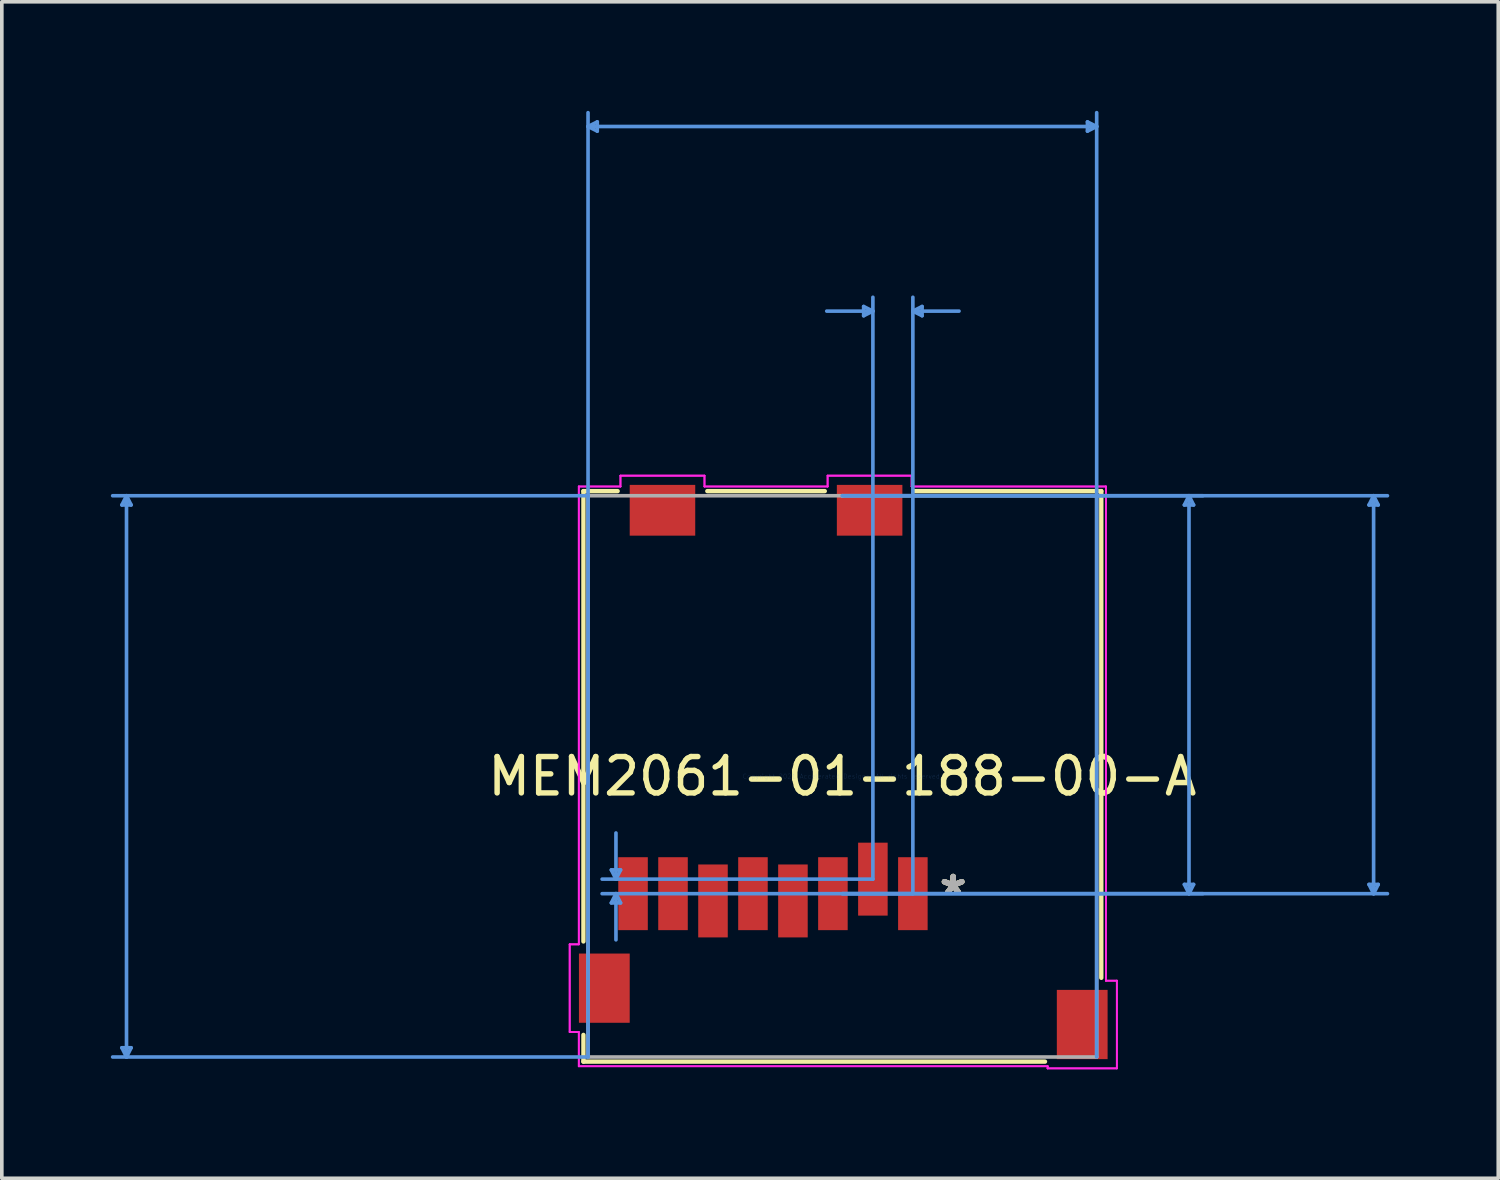
<source format=kicad_pcb>
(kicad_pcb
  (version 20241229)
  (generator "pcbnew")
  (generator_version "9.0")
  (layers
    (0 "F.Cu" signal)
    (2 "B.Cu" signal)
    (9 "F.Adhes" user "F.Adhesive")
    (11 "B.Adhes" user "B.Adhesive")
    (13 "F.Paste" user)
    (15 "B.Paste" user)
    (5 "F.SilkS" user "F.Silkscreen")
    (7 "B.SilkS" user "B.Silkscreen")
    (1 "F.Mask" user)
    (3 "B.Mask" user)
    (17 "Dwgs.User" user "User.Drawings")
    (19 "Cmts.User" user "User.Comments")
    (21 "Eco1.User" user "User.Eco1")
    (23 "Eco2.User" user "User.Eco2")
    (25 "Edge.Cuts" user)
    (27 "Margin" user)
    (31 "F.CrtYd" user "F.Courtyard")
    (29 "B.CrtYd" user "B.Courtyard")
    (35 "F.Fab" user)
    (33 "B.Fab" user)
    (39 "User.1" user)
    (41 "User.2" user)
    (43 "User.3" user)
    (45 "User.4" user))
  (footprint "MEM2061-01-188-00-A"
    (layer "F.Cu")
    (at 20.129 18.313)
    (property "Reference" "MEM2061-01-188-00-A" (at 0 0 0) (layer "F.SilkS") (effects (font (size 1 1) (thickness 0.15))))
    (attr through_hole)
    (fp_line (start -7.125 -7.849) (end -7.125 4.543) (stroke (width 0.12) (type solid)) (layer "F.SilkS"))
    (fp_line (start -7.125 7.114) (end -7.125 7.849) (stroke (width 0.12) (type solid)) (layer "F.SilkS"))
    (fp_line (start -7.125 7.849) (end 5.576 7.849) (stroke (width 0.12) (type solid)) (layer "F.SilkS"))
    (fp_line (start -6.184 -7.849) (end -7.125 -7.849) (stroke (width 0.12) (type solid)) (layer "F.SilkS"))
    (fp_line (start -0.484 -7.849) (end -3.716 -7.849) (stroke (width 0.12) (type solid)) (layer "F.SilkS"))
    (fp_line (start 7.125 -7.849) (end 1.984 -7.849) (stroke (width 0.12) (type solid)) (layer "F.SilkS"))
    (fp_line (start 7.125 5.543) (end 7.125 -7.849) (stroke (width 0.12) (type solid)) (layer "F.SilkS"))
    (fp_line (start -19.825 -7.468) (end -19.571 -7.468) (stroke (width 0.1) (type solid)) (layer "Cmts.User"))
    (fp_line (start -19.825 7.468) (end -19.571 7.468) (stroke (width 0.1) (type solid)) (layer "Cmts.User"))
    (fp_line (start -19.698 -7.722) (end -19.825 -7.468) (stroke (width 0.1) (type solid)) (layer "Cmts.User"))
    (fp_line (start -19.698 -7.722) (end -19.698 7.722) (stroke (width 0.1) (type solid)) (layer "Cmts.User"))
    (fp_line (start -19.698 -7.722) (end -19.571 -7.468) (stroke (width 0.1) (type solid)) (layer "Cmts.User"))
    (fp_line (start -19.698 7.722) (end -19.825 7.468) (stroke (width 0.1) (type solid)) (layer "Cmts.User"))
    (fp_line (start -19.698 7.722) (end -19.571 7.468) (stroke (width 0.1) (type solid)) (layer "Cmts.User"))
    (fp_line (start -6.998 -17.882) (end -6.744 -18.009) (stroke (width 0.1) (type solid)) (layer "Cmts.User"))
    (fp_line (start -6.998 -17.882) (end -6.744 -17.755) (stroke (width 0.1) (type solid)) (layer "Cmts.User"))
    (fp_line (start -6.998 -17.882) (end 6.998 -17.882) (stroke (width 0.1) (type solid)) (layer "Cmts.User"))
    (fp_line (start -6.998 -7.722) (end -20.079 -7.722) (stroke (width 0.1) (type solid)) (layer "Cmts.User"))
    (fp_line (start -6.998 7.722) (end -20.079 7.722) (stroke (width 0.1) (type solid)) (layer "Cmts.User"))
    (fp_line (start -6.998 7.722) (end -6.998 -18.263) (stroke (width 0.1) (type solid)) (layer "Cmts.User"))
    (fp_line (start -6.744 -18.009) (end -6.744 -17.755) (stroke (width 0.1) (type solid)) (layer "Cmts.User"))
    (fp_line (start -6.357 2.574) (end -6.103 2.574) (stroke (width 0.1) (type solid)) (layer "Cmts.User"))
    (fp_line (start -6.357 3.482) (end -6.103 3.482) (stroke (width 0.1) (type solid)) (layer "Cmts.User"))
    (fp_line (start -6.23 2.828) (end -6.357 2.574) (stroke (width 0.1) (type solid)) (layer "Cmts.User"))
    (fp_line (start -6.23 2.828) (end -6.23 1.558) (stroke (width 0.1) (type solid)) (layer "Cmts.User"))
    (fp_line (start -6.23 2.828) (end -6.103 2.574) (stroke (width 0.1) (type solid)) (layer "Cmts.User"))
    (fp_line (start -6.23 3.228) (end -6.357 3.482) (stroke (width 0.1) (type solid)) (layer "Cmts.User"))
    (fp_line (start -6.23 3.228) (end -6.23 4.498) (stroke (width 0.1) (type solid)) (layer "Cmts.User"))
    (fp_line (start -6.23 3.228) (end -6.103 3.482) (stroke (width 0.1) (type solid)) (layer "Cmts.User"))
    (fp_line (start 0 -7.722) (end 9.919 -7.722) (stroke (width 0.1) (type solid)) (layer "Cmts.User"))
    (fp_line (start 0 -7.722) (end 14.999 -7.722) (stroke (width 0.1) (type solid)) (layer "Cmts.User"))
    (fp_line (start 0 3.228) (end 9.919 3.228) (stroke (width 0.1) (type solid)) (layer "Cmts.User"))
    (fp_line (start 0 3.228) (end 14.999 3.228) (stroke (width 0.1) (type solid)) (layer "Cmts.User"))
    (fp_line (start 0.586 -12.929) (end 0.586 -12.675) (stroke (width 0.1) (type solid)) (layer "Cmts.User"))
    (fp_line (start 0.84 -12.802) (end -0.43 -12.802) (stroke (width 0.1) (type solid)) (layer "Cmts.User"))
    (fp_line (start 0.84 -12.802) (end 0.586 -12.929) (stroke (width 0.1) (type solid)) (layer "Cmts.User"))
    (fp_line (start 0.84 -12.802) (end 0.586 -12.675) (stroke (width 0.1) (type solid)) (layer "Cmts.User"))
    (fp_line (start 0.84 2.828) (end -6.611 2.828) (stroke (width 0.1) (type solid)) (layer "Cmts.User"))
    (fp_line (start 0.84 2.828) (end 0.84 -13.183) (stroke (width 0.1) (type solid)) (layer "Cmts.User"))
    (fp_line (start 1.94 -12.802) (end 2.194 -12.929) (stroke (width 0.1) (type solid)) (layer "Cmts.User"))
    (fp_line (start 1.94 -12.802) (end 2.194 -12.675) (stroke (width 0.1) (type solid)) (layer "Cmts.User"))
    (fp_line (start 1.94 -12.802) (end 3.21 -12.802) (stroke (width 0.1) (type solid)) (layer "Cmts.User"))
    (fp_line (start 1.94 3.228) (end -6.611 3.228) (stroke (width 0.1) (type solid)) (layer "Cmts.User"))
    (fp_line (start 1.94 3.228) (end 1.94 -13.183) (stroke (width 0.1) (type solid)) (layer "Cmts.User"))
    (fp_line (start 2.194 -12.929) (end 2.194 -12.675) (stroke (width 0.1) (type solid)) (layer "Cmts.User"))
    (fp_line (start 6.744 -18.009) (end 6.744 -17.755) (stroke (width 0.1) (type solid)) (layer "Cmts.User"))
    (fp_line (start 6.998 -17.882) (end 6.744 -18.009) (stroke (width 0.1) (type solid)) (layer "Cmts.User"))
    (fp_line (start 6.998 -17.882) (end 6.744 -17.755) (stroke (width 0.1) (type solid)) (layer "Cmts.User"))
    (fp_line (start 6.998 7.722) (end 6.998 -18.263) (stroke (width 0.1) (type solid)) (layer "Cmts.User"))
    (fp_line (start 9.411 -7.468) (end 9.665 -7.468) (stroke (width 0.1) (type solid)) (layer "Cmts.User"))
    (fp_line (start 9.411 2.974) (end 9.665 2.974) (stroke (width 0.1) (type solid)) (layer "Cmts.User"))
    (fp_line (start 9.538 -7.722) (end 9.411 -7.468) (stroke (width 0.1) (type solid)) (layer "Cmts.User"))
    (fp_line (start 9.538 -7.722) (end 9.538 3.228) (stroke (width 0.1) (type solid)) (layer "Cmts.User"))
    (fp_line (start 9.538 -7.722) (end 9.665 -7.468) (stroke (width 0.1) (type solid)) (layer "Cmts.User"))
    (fp_line (start 9.538 3.228) (end 9.411 2.974) (stroke (width 0.1) (type solid)) (layer "Cmts.User"))
    (fp_line (start 9.538 3.228) (end 9.665 2.974) (stroke (width 0.1) (type solid)) (layer "Cmts.User"))
    (fp_line (start 14.491 -7.468) (end 14.745 -7.468) (stroke (width 0.1) (type solid)) (layer "Cmts.User"))
    (fp_line (start 14.491 2.974) (end 14.745 2.974) (stroke (width 0.1) (type solid)) (layer "Cmts.User"))
    (fp_line (start 14.618 -7.722) (end 14.491 -7.468) (stroke (width 0.1) (type solid)) (layer "Cmts.User"))
    (fp_line (start 14.618 -7.722) (end 14.618 3.228) (stroke (width 0.1) (type solid)) (layer "Cmts.User"))
    (fp_line (start 14.618 -7.722) (end 14.745 -7.468) (stroke (width 0.1) (type solid)) (layer "Cmts.User"))
    (fp_line (start 14.618 3.228) (end 14.491 2.974) (stroke (width 0.1) (type solid)) (layer "Cmts.User"))
    (fp_line (start 14.618 3.228) (end 14.745 2.974) (stroke (width 0.1) (type solid)) (layer "Cmts.User"))
    (fp_line (start -7.503 4.622) (end -7.503 7.035) (stroke (width 0.05) (type solid)) (layer "F.CrtYd"))
    (fp_line (start -7.503 4.622) (end -7.503 7.035) (stroke (width 0.05) (type solid)) (layer "F.CrtYd"))
    (fp_line (start -7.503 7.035) (end -7.252 7.035) (stroke (width 0.05) (type solid)) (layer "F.CrtYd"))
    (fp_line (start -7.503 7.035) (end -7.252 7.035) (stroke (width 0.05) (type solid)) (layer "F.CrtYd"))
    (fp_line (start -7.252 -7.976) (end -7.252 4.622) (stroke (width 0.05) (type solid)) (layer "F.CrtYd"))
    (fp_line (start -7.252 -7.976) (end -7.252 4.622) (stroke (width 0.05) (type solid)) (layer "F.CrtYd"))
    (fp_line (start -7.252 4.622) (end -7.503 4.622) (stroke (width 0.05) (type solid)) (layer "F.CrtYd"))
    (fp_line (start -7.252 4.622) (end -7.503 4.622) (stroke (width 0.05) (type solid)) (layer "F.CrtYd"))
    (fp_line (start -7.252 7.035) (end -7.252 7.976) (stroke (width 0.05) (type solid)) (layer "F.CrtYd"))
    (fp_line (start -7.252 7.035) (end -7.252 7.976) (stroke (width 0.05) (type solid)) (layer "F.CrtYd"))
    (fp_line (start -7.252 7.976) (end 5.648 7.976) (stroke (width 0.05) (type solid)) (layer "F.CrtYd"))
    (fp_line (start -7.252 7.976) (end 5.648 7.976) (stroke (width 0.05) (type solid)) (layer "F.CrtYd"))
    (fp_line (start -6.106 -8.274) (end -6.106 -7.976) (stroke (width 0.05) (type solid)) (layer "F.CrtYd"))
    (fp_line (start -6.106 -8.274) (end -6.106 -7.976) (stroke (width 0.05) (type solid)) (layer "F.CrtYd"))
    (fp_line (start -6.106 -7.976) (end -7.252 -7.976) (stroke (width 0.05) (type solid)) (layer "F.CrtYd"))
    (fp_line (start -6.106 -7.976) (end -7.252 -7.976) (stroke (width 0.05) (type solid)) (layer "F.CrtYd"))
    (fp_line (start -3.794 -8.274) (end -6.106 -8.274) (stroke (width 0.05) (type solid)) (layer "F.CrtYd"))
    (fp_line (start -3.794 -8.274) (end -6.106 -8.274) (stroke (width 0.05) (type solid)) (layer "F.CrtYd"))
    (fp_line (start -3.794 -7.976) (end -3.794 -8.274) (stroke (width 0.05) (type solid)) (layer "F.CrtYd"))
    (fp_line (start -3.794 -7.976) (end -3.794 -8.274) (stroke (width 0.05) (type solid)) (layer "F.CrtYd"))
    (fp_line (start -0.406 -8.274) (end -0.406 -7.976) (stroke (width 0.05) (type solid)) (layer "F.CrtYd"))
    (fp_line (start -0.406 -8.274) (end -0.406 -7.976) (stroke (width 0.05) (type solid)) (layer "F.CrtYd"))
    (fp_line (start -0.406 -7.976) (end -3.794 -7.976) (stroke (width 0.05) (type solid)) (layer "F.CrtYd"))
    (fp_line (start -0.406 -7.976) (end -3.794 -7.976) (stroke (width 0.05) (type solid)) (layer "F.CrtYd"))
    (fp_line (start 1.906 -8.274) (end -0.406 -8.274) (stroke (width 0.05) (type solid)) (layer "F.CrtYd"))
    (fp_line (start 1.906 -8.274) (end -0.406 -8.274) (stroke (width 0.05) (type solid)) (layer "F.CrtYd"))
    (fp_line (start 1.906 -7.976) (end 1.906 -8.274) (stroke (width 0.05) (type solid)) (layer "F.CrtYd"))
    (fp_line (start 1.906 -7.976) (end 1.906 -8.274) (stroke (width 0.05) (type solid)) (layer "F.CrtYd"))
    (fp_line (start 5.648 7.976) (end 5.648 8.035) (stroke (width 0.05) (type solid)) (layer "F.CrtYd"))
    (fp_line (start 5.648 7.976) (end 5.648 8.035) (stroke (width 0.05) (type solid)) (layer "F.CrtYd"))
    (fp_line (start 5.648 8.035) (end 7.553 8.035) (stroke (width 0.05) (type solid)) (layer "F.CrtYd"))
    (fp_line (start 5.648 8.035) (end 7.553 8.035) (stroke (width 0.05) (type solid)) (layer "F.CrtYd"))
    (fp_line (start 7.252 -7.976) (end 1.906 -7.976) (stroke (width 0.05) (type solid)) (layer "F.CrtYd"))
    (fp_line (start 7.252 -7.976) (end 1.906 -7.976) (stroke (width 0.05) (type solid)) (layer "F.CrtYd"))
    (fp_line (start 7.252 5.622) (end 7.252 -7.976) (stroke (width 0.05) (type solid)) (layer "F.CrtYd"))
    (fp_line (start 7.252 5.622) (end 7.252 -7.976) (stroke (width 0.05) (type solid)) (layer "F.CrtYd"))
    (fp_line (start 7.553 5.622) (end 7.252 5.622) (stroke (width 0.05) (type solid)) (layer "F.CrtYd"))
    (fp_line (start 7.553 5.622) (end 7.252 5.622) (stroke (width 0.05) (type solid)) (layer "F.CrtYd"))
    (fp_line (start 7.553 8.035) (end 7.553 5.622) (stroke (width 0.05) (type solid)) (layer "F.CrtYd"))
    (fp_line (start 7.553 8.035) (end 7.553 5.622) (stroke (width 0.05) (type solid)) (layer "F.CrtYd"))
    (fp_line (start -6.998 -7.722) (end -6.998 7.722) (stroke (width 0.1) (type solid)) (layer "F.Fab"))
    (fp_line (start -6.998 7.722) (end 6.998 7.722) (stroke (width 0.1) (type solid)) (layer "F.Fab"))
    (fp_line (start 0 -7.722) (end 0 -7.722) (stroke (width 0.1) (type solid)) (layer "F.Fab"))
    (fp_line (start 0 -7.722) (end 0 -7.722) (stroke (width 0.1) (type solid)) (layer "F.Fab"))
    (fp_line (start 0 -7.722) (end 0 -7.722) (stroke (width 0.1) (type solid)) (layer "F.Fab"))
    (fp_line (start 0 -7.722) (end 0 -7.722) (stroke (width 0.1) (type solid)) (layer "F.Fab"))
    (fp_line (start 6.998 -7.722) (end -6.998 -7.722) (stroke (width 0.1) (type solid)) (layer "F.Fab"))
    (fp_line (start 6.998 7.722) (end 6.998 -7.722) (stroke (width 0.1) (type solid)) (layer "F.Fab"))
    (fp_text user "*" (at 3.048 3.302 0) (layer "F.SilkS") (effects (font (size 1 1) (thickness 0.15))))
    (fp_text user "*" (at 3.048 3.302 0) (layer "F.SilkS") (effects (font (size 1 1) (thickness 0.15))))
    (fp_text user "Copyright 2021 Accelerated Designs. All rights reserved." (at 0 0 0) (layer "Cmts.User") (effects (font (size 0.127 0.127) (thickness 0.002))))
    (fp_text user "*" (at 3.048 3.302 0) (layer "F.Fab") (effects (font (size 1 1) (thickness 0.15))))
    (fp_text user "*" (at 3.048 3.302 0) (layer "F.Fab") (effects (font (size 1 1) (thickness 0.15))))
    (pad "9" smd rect (at -4.95 -7.322) (size 1.803 1.397) (layers "F.Cu" "F.Mask" "F.Paste"))
    (pad "10" smd rect (at 0.75 -7.322) (size 1.803 1.397) (layers "F.Cu" "F.Mask" "F.Paste"))
    (pad "11" smd rect (at -6.55 5.828) (size 1.397 1.905) (layers "F.Cu" "F.Mask" "F.Paste"))
    (pad "12" smd rect (at 6.6 6.828) (size 1.397 1.905) (layers "F.Cu" "F.Mask" "F.Paste"))
    (pad "P1" smd rect (at 1.94 3.228) (size 0.813 2.007) (layers "F.Cu" "F.Mask" "F.Paste"))
    (pad "P2" smd rect (at 0.84 2.828) (size 0.813 2.007) (layers "F.Cu" "F.Mask" "F.Paste"))
    (pad "P3" smd rect (at -0.26 3.228) (size 0.813 2.007) (layers "F.Cu" "F.Mask" "F.Paste"))
    (pad "P4" smd rect (at -1.36 3.428) (size 0.813 2.007) (layers "F.Cu" "F.Mask" "F.Paste"))
    (pad "P5" smd rect (at -2.46 3.228) (size 0.813 2.007) (layers "F.Cu" "F.Mask" "F.Paste"))
    (pad "P6" smd rect (at -3.56 3.428) (size 0.813 2.007) (layers "F.Cu" "F.Mask" "F.Paste"))
    (pad "P7" smd rect (at -4.66 3.228) (size 0.813 2.007) (layers "F.Cu" "F.Mask" "F.Paste"))
    (pad "P8" smd rect (at -5.76 3.228) (size 0.813 2.007) (layers "F.Cu" "F.Mask" "F.Paste")))
  (gr_rect
    (start -3 -3)
    (end 38.177 29.373)
    (stroke (width 0.1) (type default))
    (fill no)
    (layer "Edge.Cuts")))
</source>
